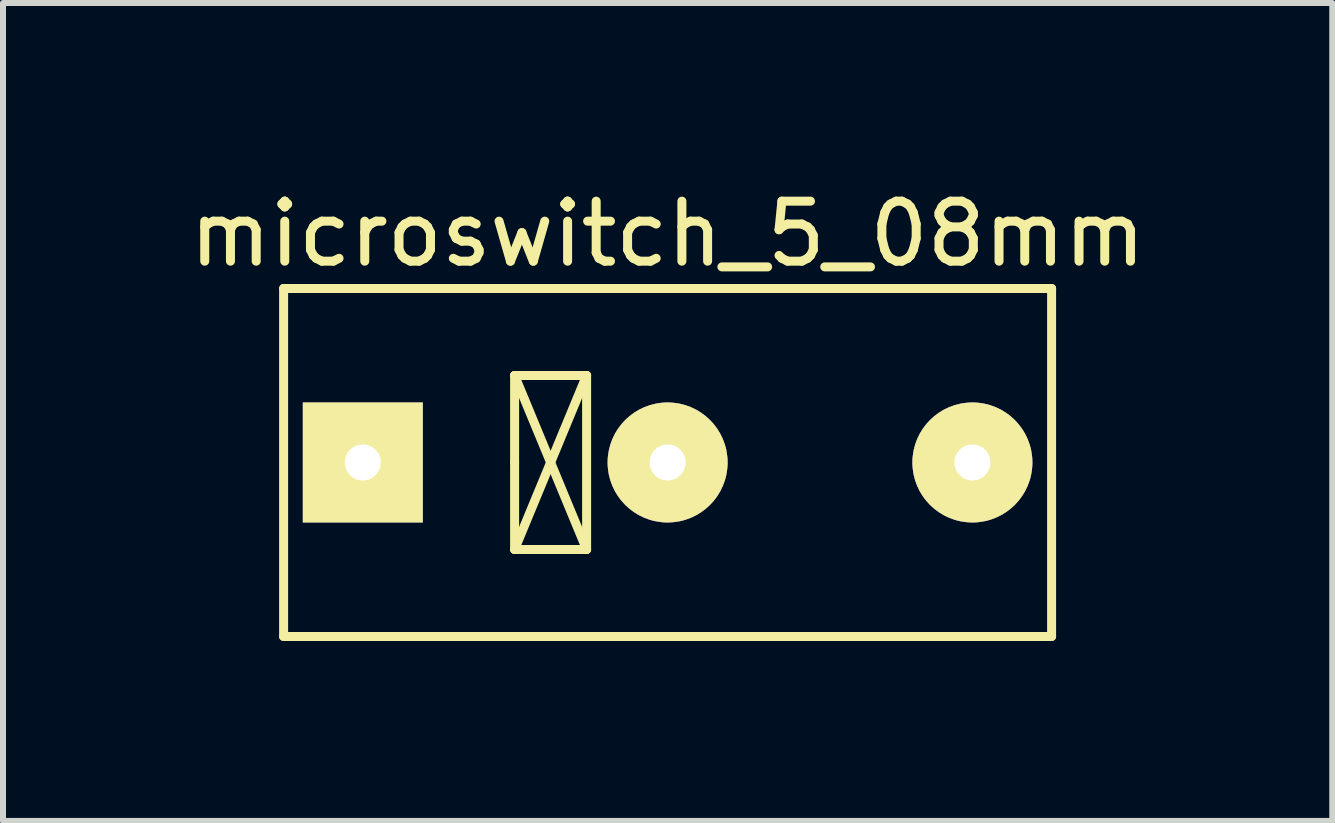
<source format=kicad_pcb>
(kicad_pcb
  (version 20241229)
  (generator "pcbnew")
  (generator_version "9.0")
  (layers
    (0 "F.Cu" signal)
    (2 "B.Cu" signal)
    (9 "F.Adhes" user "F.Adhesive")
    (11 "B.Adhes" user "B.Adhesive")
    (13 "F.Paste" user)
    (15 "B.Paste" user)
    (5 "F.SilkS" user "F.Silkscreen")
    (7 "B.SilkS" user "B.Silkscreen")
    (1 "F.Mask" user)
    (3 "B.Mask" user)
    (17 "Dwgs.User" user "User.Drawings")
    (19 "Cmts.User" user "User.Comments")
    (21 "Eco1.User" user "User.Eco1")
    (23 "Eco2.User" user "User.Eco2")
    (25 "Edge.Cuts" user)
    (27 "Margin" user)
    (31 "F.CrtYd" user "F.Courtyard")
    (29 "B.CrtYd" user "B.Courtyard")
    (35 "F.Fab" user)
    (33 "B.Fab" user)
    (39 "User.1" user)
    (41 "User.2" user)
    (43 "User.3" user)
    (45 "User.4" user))
  (footprint "microswitch_5_08mm"
    (layer "F.Cu")
    (at 8.077 4.658)
    (property "Reference" "microswitch_5_08mm" (at 0 -3.81 0) (layer "F.SilkS") (effects (font (size 1 1) (thickness 0.15))))
    (attr through_hole)
    (fp_line (start -6.4 -2.9) (end 0 -2.9) (stroke (width 0.15) (type solid)) (layer "F.SilkS"))
    (fp_line (start -6.4 2.9) (end -6.4 -2.9) (stroke (width 0.15) (type solid)) (layer "F.SilkS"))
    (fp_line (start -2.55 -1.45) (end -1.35 -1.45) (stroke (width 0.15) (type solid)) (layer "F.SilkS"))
    (fp_line (start -2.55 -1.45) (end -1.35 1.45) (stroke (width 0.15) (type solid)) (layer "F.SilkS"))
    (fp_line (start -2.55 0) (end -2.55 -1.45) (stroke (width 0.15) (type solid)) (layer "F.SilkS"))
    (fp_line (start -2.55 1.45) (end -2.55 0) (stroke (width 0.15) (type solid)) (layer "F.SilkS"))
    (fp_line (start -2.55 1.45) (end -1.35 -1.45) (stroke (width 0.15) (type solid)) (layer "F.SilkS"))
    (fp_line (start -1.35 -1.45) (end -1.35 1.45) (stroke (width 0.15) (type solid)) (layer "F.SilkS"))
    (fp_line (start -1.35 1.45) (end -2.55 1.45) (stroke (width 0.15) (type solid)) (layer "F.SilkS"))
    (fp_line (start 0 -2.9) (end 6.4 -2.9) (stroke (width 0.15) (type solid)) (layer "F.SilkS"))
    (fp_line (start 6.4 -2.9) (end 6.4 2.9) (stroke (width 0.15) (type solid)) (layer "F.SilkS"))
    (fp_line (start 6.4 2.9) (end -6.4 2.9) (stroke (width 0.15) (type solid)) (layer "F.SilkS"))
    (pad "1" thru_hole circle (at 5.08 0) (size 2 2) (drill 0.6) (layers "*.Cu" "*.Mask" "F.SilkS"))
    (pad "2" thru_hole rect (at -5.08 0) (size 2 2) (drill 0.6) (layers "*.Cu" "*.Mask" "F.SilkS"))
    (pad "3" thru_hole circle (at 0 0) (size 2 2) (drill 0.6) (layers "*.Cu" "*.Mask" "F.SilkS")))
  (gr_rect
    (start -3 -3)
    (end 19.155 10.633)
    (stroke (width 0.1) (type default))
    (fill no)
    (layer "Edge.Cuts")))
</source>
